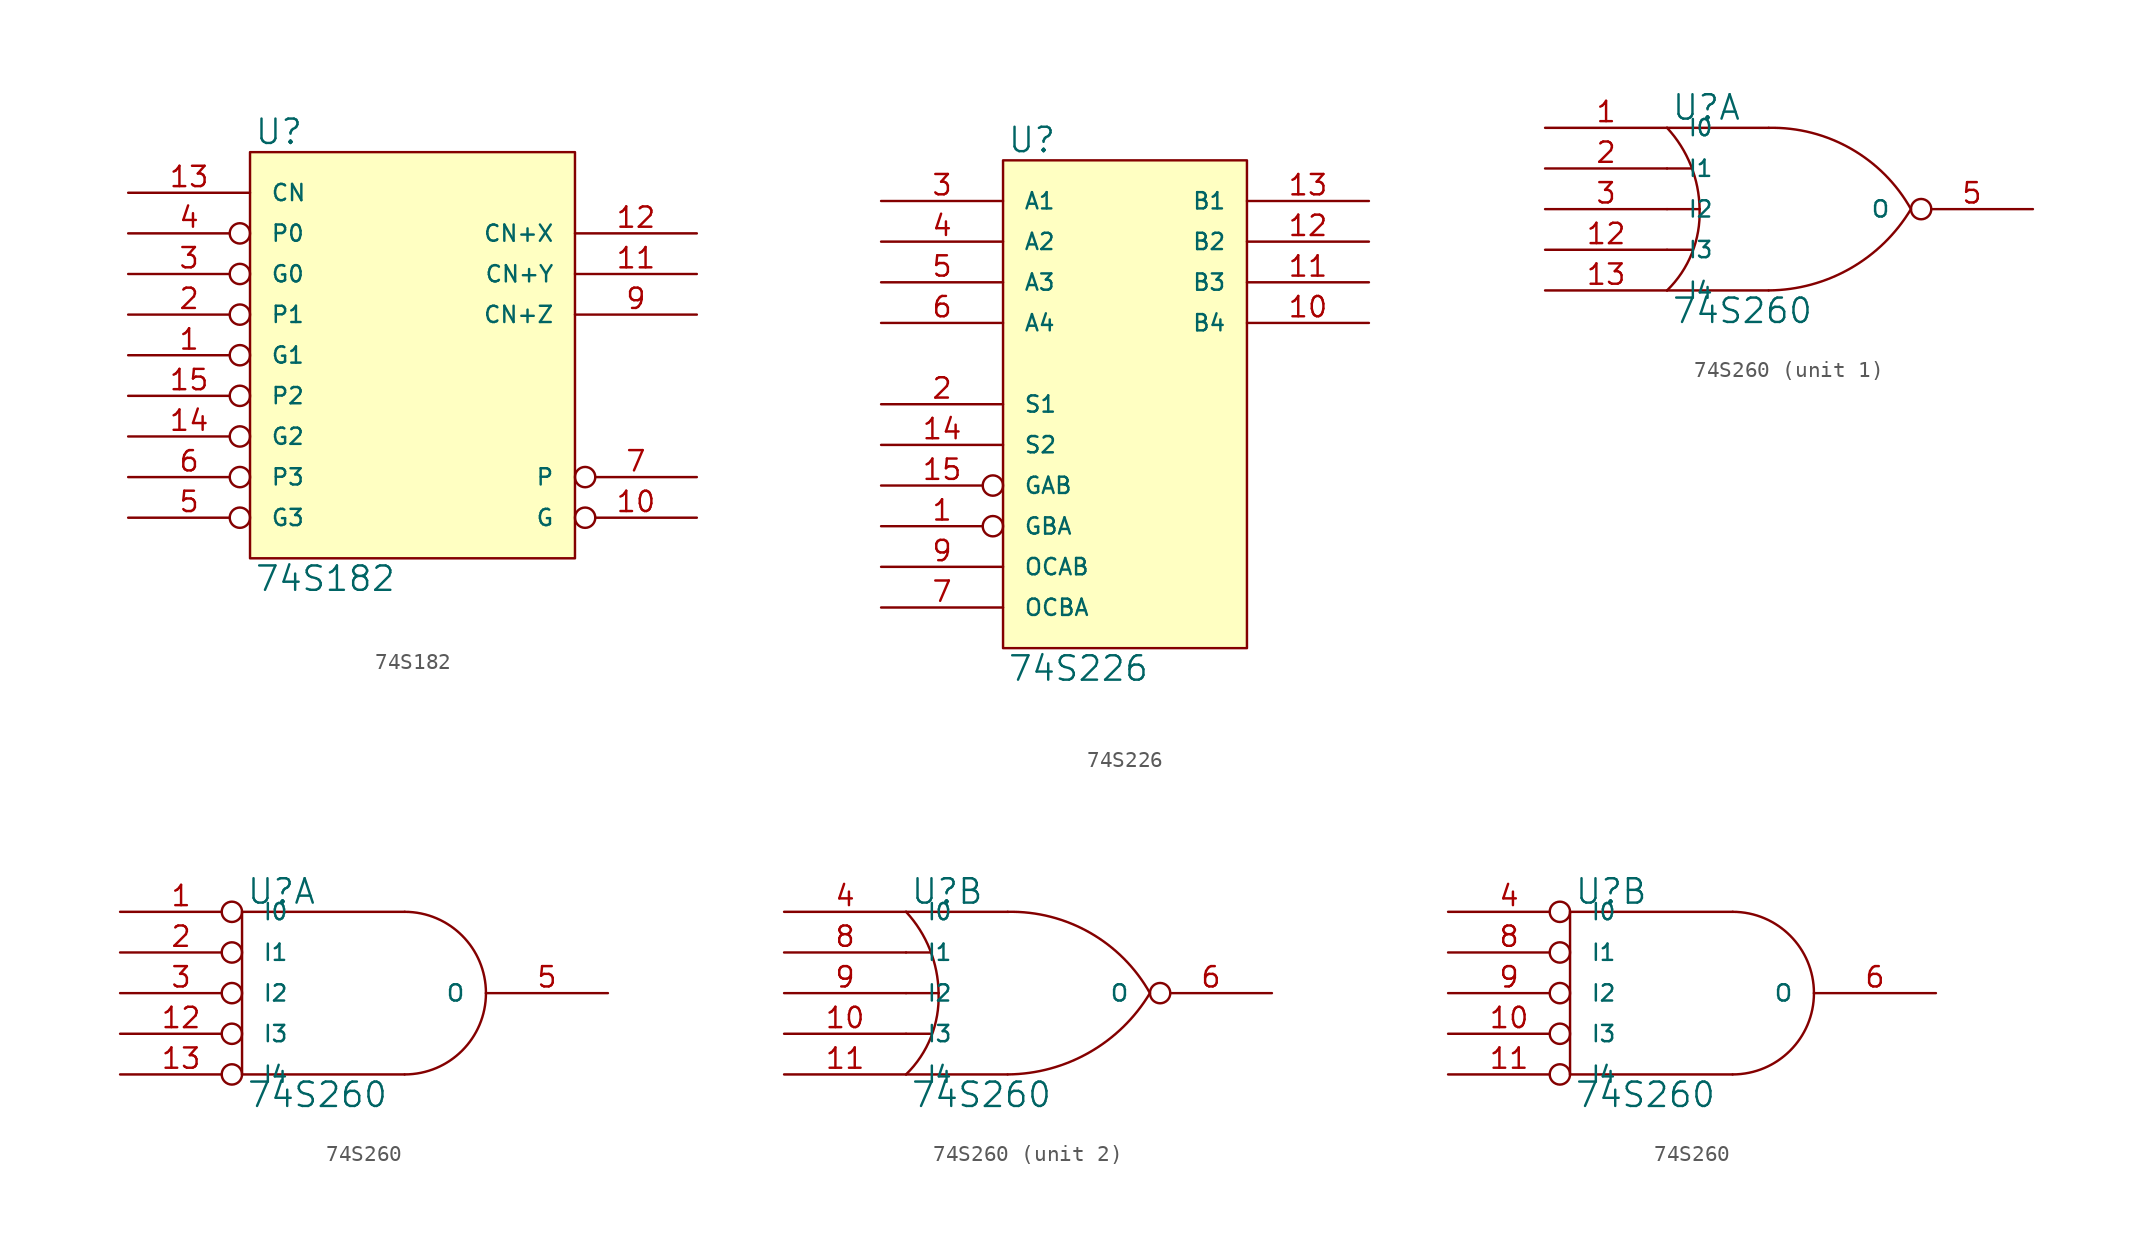
<source format=kicad_sym>
(kicad_symbol_lib
  (version 20231120)
  (generator "kicad_symbol_editor")
  (generator_version "8.0")
  (symbol "74S182"
    (pin_names
      (offset 1.27))
    (property "Reference" "U"
      (at 0.254 0.381 0)
      (effects (font (size 1.524 1.524)) (justify left bottom)))
    (property "Value" "74S182"
      (at 0.254 -25.781 0)
      (effects (font (size 1.524 1.524)) (justify left top)))
    (symbol "74S182_0_1"
      (rectangle (start 0 0) (end 20.32 -25.4) (stroke (width 0) (type solid)) (fill (type background))))
    (symbol "74S182_1_1"
      (pin input inverted (at -7.62 -12.7 0) (length 7.62) (name "G1" (effects (font (size 1.016 1.016)))) (number "1" (effects (font (size 1.27 1.27)))))
      (pin output inverted (at 27.94 -22.86 180) (length 7.62) (name "G" (effects (font (size 1.016 1.016)))) (number "10" (effects (font (size 1.27 1.27)))))
      (pin output line (at 27.94 -7.62 180) (length 7.62) (name "CN+Y" (effects (font (size 1.016 1.016)))) (number "11" (effects (font (size 1.27 1.27)))))
      (pin output line (at 27.94 -5.08 180) (length 7.62) (name "CN+X" (effects (font (size 1.016 1.016)))) (number "12" (effects (font (size 1.27 1.27)))))
      (pin input line (at -7.62 -2.54 0) (length 7.62) (name "CN" (effects (font (size 1.016 1.016)))) (number "13" (effects (font (size 1.27 1.27)))))
      (pin input inverted (at -7.62 -17.78 0) (length 7.62) (name "G2" (effects (font (size 1.016 1.016)))) (number "14" (effects (font (size 1.27 1.27)))))
      (pin input inverted (at -7.62 -15.24 0) (length 7.62) (name "P2" (effects (font (size 1.016 1.016)))) (number "15" (effects (font (size 1.27 1.27)))))
      (pin power_in line (at 0 0 270) (length 0) hide (name "VCC" (effects (font (size 1.016 1.016)))) (number "16" (effects (font (size 1.27 1.27)))))
      (pin input inverted (at -7.62 -10.16 0) (length 7.62) (name "P1" (effects (font (size 1.016 1.016)))) (number "2" (effects (font (size 1.27 1.27)))))
      (pin input inverted (at -7.62 -7.62 0) (length 7.62) (name "G0" (effects (font (size 1.016 1.016)))) (number "3" (effects (font (size 1.27 1.27)))))
      (pin input inverted (at -7.62 -5.08 0) (length 7.62) (name "P0" (effects (font (size 1.016 1.016)))) (number "4" (effects (font (size 1.27 1.27)))))
      (pin input inverted (at -7.62 -22.86 0) (length 7.62) (name "G3" (effects (font (size 1.016 1.016)))) (number "5" (effects (font (size 1.27 1.27)))))
      (pin input inverted (at -7.62 -20.32 0) (length 7.62) (name "P3" (effects (font (size 1.016 1.016)))) (number "6" (effects (font (size 1.27 1.27)))))
      (pin output inverted (at 27.94 -20.32 180) (length 7.62) (name "P" (effects (font (size 1.016 1.016)))) (number "7" (effects (font (size 1.27 1.27)))))
      (pin power_in line (at 0 -25.4 90) (length 0) hide (name "GND" (effects (font (size 1.016 1.016)))) (number "8" (effects (font (size 1.27 1.27)))))
      (pin output line (at 27.94 -10.16 180) (length 7.62) (name "CN+Z" (effects (font (size 1.016 1.016)))) (number "9" (effects (font (size 1.27 1.27)))))))
  (symbol "74S226"
    (pin_names
      (offset 1.27))
    (property "Reference" "U"
      (at 0.254 0.381 0)
      (effects (font (size 1.524 1.524)) (justify left bottom)))
    (property "Value" "74S226"
      (at 0.254 -30.861 0)
      (effects (font (size 1.524 1.524)) (justify left top)))
    (symbol "74S226_0_1"
      (rectangle (start 0 0) (end 15.24 -30.48) (stroke (width 0) (type solid)) (fill (type background))))
    (symbol "74S226_1_1"
      (pin input inverted (at -7.62 -22.86 0) (length 7.62) (name "GBA" (effects (font (size 1.016 1.016)))) (number "1" (effects (font (size 1.27 1.27)))))
      (pin tri_state line (at 22.86 -10.16 180) (length 7.62) (name "B4" (effects (font (size 1.016 1.016)))) (number "10" (effects (font (size 1.27 1.27)))))
      (pin tri_state line (at 22.86 -7.62 180) (length 7.62) (name "B3" (effects (font (size 1.016 1.016)))) (number "11" (effects (font (size 1.27 1.27)))))
      (pin tri_state line (at 22.86 -5.08 180) (length 7.62) (name "B2" (effects (font (size 1.016 1.016)))) (number "12" (effects (font (size 1.27 1.27)))))
      (pin tri_state line (at 22.86 -2.54 180) (length 7.62) (name "B1" (effects (font (size 1.016 1.016)))) (number "13" (effects (font (size 1.27 1.27)))))
      (pin input line (at -7.62 -17.78 0) (length 7.62) (name "S2" (effects (font (size 1.016 1.016)))) (number "14" (effects (font (size 1.27 1.27)))))
      (pin input inverted (at -7.62 -20.32 0) (length 7.62) (name "GAB" (effects (font (size 1.016 1.016)))) (number "15" (effects (font (size 1.27 1.27)))))
      (pin power_in line (at 0 0 270) (length 0) hide (name "VCC" (effects (font (size 1.016 1.016)))) (number "16" (effects (font (size 1.27 1.27)))))
      (pin input line (at -7.62 -15.24 0) (length 7.62) (name "S1" (effects (font (size 1.016 1.016)))) (number "2" (effects (font (size 1.27 1.27)))))
      (pin tri_state line (at -7.62 -2.54 0) (length 7.62) (name "A1" (effects (font (size 1.016 1.016)))) (number "3" (effects (font (size 1.27 1.27)))))
      (pin tri_state line (at -7.62 -5.08 0) (length 7.62) (name "A2" (effects (font (size 1.016 1.016)))) (number "4" (effects (font (size 1.27 1.27)))))
      (pin tri_state line (at -7.62 -7.62 0) (length 7.62) (name "A3" (effects (font (size 1.016 1.016)))) (number "5" (effects (font (size 1.27 1.27)))))
      (pin tri_state line (at -7.62 -10.16 0) (length 7.62) (name "A4" (effects (font (size 1.016 1.016)))) (number "6" (effects (font (size 1.27 1.27)))))
      (pin input line (at -7.62 -27.94 0) (length 7.62) (name "OCBA" (effects (font (size 1.016 1.016)))) (number "7" (effects (font (size 1.27 1.27)))))
      (pin power_in line (at 0 -30.48 90) (length 0) hide (name "GND" (effects (font (size 1.016 1.016)))) (number "8" (effects (font (size 1.27 1.27)))))
      (pin input line (at -7.62 -25.4 0) (length 7.62) (name "OCAB" (effects (font (size 1.016 1.016)))) (number "9" (effects (font (size 1.27 1.27)))))))
  (symbol "74S260"
    (pin_names
      (offset 1.27))
    (property "Reference" "U"
      (at 0.254 0.381 0)
      (effects (font (size 1.524 1.524)) (justify left bottom)))
    (property "Value" "74S260"
      (at 0.254 -10.541 0)
      (effects (font (size 1.524 1.524)) (justify left top)))
    (symbol "74S260_0_1"
      (arc (start 0 -10.16) (mid 1.5573 -7.8293) (end 2.032 -5.08) (stroke (width 0) (type solid)) (fill (type none)))
      (polyline (pts (xy 0 -7.62) (xy 1.524 -7.62)) (stroke (width 0) (type solid)) (fill (type none)))
      (polyline (pts (xy 0 -5.08) (xy 2.032 -5.08)) (stroke (width 0) (type solid)) (fill (type none)))
      (polyline (pts (xy 0 -2.54) (xy 1.524 -2.54)) (stroke (width 0) (type solid)) (fill (type none)))
      (polyline (pts (xy 6.35 -10.16) (xy 0 -10.16)) (stroke (width 0) (type solid)) (fill (type none)))
      (polyline (pts (xy 6.35 0) (xy 0 0)) (stroke (width 0) (type solid)) (fill (type none)))
      (arc (start 2.032 -5.08) (mid 1.4906 -2.3584) (end 0 0) (stroke (width 0) (type solid)) (fill (type none)))
      (arc (start 6.35 -10.16) (mid 11.4496 -8.7875) (end 15.24 -5.08) (stroke (width 0) (type solid)) (fill (type none)))
      (arc (start 15.24 -5.08) (mid 11.4893 -1.3041) (end 6.35 0) (stroke (width 0) (type solid)) (fill (type none))))
    (symbol "74S260_0_2"
      (polyline (pts (xy 0 -10.16) (xy 10.16 -10.16)) (stroke (width 0) (type solid)) (fill (type none)))
      (polyline (pts (xy 0 0) (xy 0 -10.16)) (stroke (width 0) (type solid)) (fill (type none)))
      (polyline (pts (xy 10.16 0) (xy 0 0)) (stroke (width 0) (type solid)) (fill (type none)))
      (arc (start 10.16 -10.16) (mid 13.7521 -8.6721) (end 15.24 -5.08) (stroke (width 0) (type solid)) (fill (type none)))
      (arc (start 15.24 -5.08) (mid 13.7521 -1.4879) (end 10.16 0) (stroke (width 0) (type solid)) (fill (type none))))
    (symbol "74S260_1_1"
      (pin input line (at -7.62 0 0) (length 7.62) (name "I0" (effects (font (size 1.016 1.016)))) (number "1" (effects (font (size 1.27 1.27)))))
      (pin input line (at -7.62 -7.62 0) (length 7.62) (name "I3" (effects (font (size 1.016 1.016)))) (number "12" (effects (font (size 1.27 1.27)))))
      (pin input line (at -7.62 -10.16 0) (length 7.62) (name "I4" (effects (font (size 1.016 1.016)))) (number "13" (effects (font (size 1.27 1.27)))))
      (pin power_in line (at 0 0 270) (length 0) hide (name "VCC" (effects (font (size 1.016 1.016)))) (number "14" (effects (font (size 1.27 1.27)))))
      (pin input line (at -7.62 -2.54 0) (length 7.62) (name "I1" (effects (font (size 1.016 1.016)))) (number "2" (effects (font (size 1.27 1.27)))))
      (pin input line (at -7.62 -5.08 0) (length 7.62) (name "I2" (effects (font (size 1.016 1.016)))) (number "3" (effects (font (size 1.27 1.27)))))
      (pin output inverted (at 22.86 -5.08 180) (length 7.62) (name "O" (effects (font (size 1.016 1.016)))) (number "5" (effects (font (size 1.27 1.27)))))
      (pin power_in line (at 0 -10.16 90) (length 0) hide (name "GND" (effects (font (size 1.016 1.016)))) (number "7" (effects (font (size 1.27 1.27))))))
    (symbol "74S260_1_2"
      (pin input inverted (at -7.62 0 0) (length 7.62) (name "I0" (effects (font (size 1.016 1.016)))) (number "1" (effects (font (size 1.27 1.27)))))
      (pin input inverted (at -7.62 -7.62 0) (length 7.62) (name "I3" (effects (font (size 1.016 1.016)))) (number "12" (effects (font (size 1.27 1.27)))))
      (pin input inverted (at -7.62 -10.16 0) (length 7.62) (name "I4" (effects (font (size 1.016 1.016)))) (number "13" (effects (font (size 1.27 1.27)))))
      (pin power_in line (at 0 0 270) (length 0) hide (name "VCC" (effects (font (size 1.016 1.016)))) (number "14" (effects (font (size 1.27 1.27)))))
      (pin input inverted (at -7.62 -2.54 0) (length 7.62) (name "I1" (effects (font (size 1.016 1.016)))) (number "2" (effects (font (size 1.27 1.27)))))
      (pin input inverted (at -7.62 -5.08 0) (length 7.62) (name "I2" (effects (font (size 1.016 1.016)))) (number "3" (effects (font (size 1.27 1.27)))))
      (pin output line (at 22.86 -5.08 180) (length 7.62) (name "O" (effects (font (size 1.016 1.016)))) (number "5" (effects (font (size 1.27 1.27)))))
      (pin power_in line (at 0 -10.16 90) (length 0) hide (name "GND" (effects (font (size 1.016 1.016)))) (number "7" (effects (font (size 1.27 1.27))))))
    (symbol "74S260_2_1"
      (pin input line (at -7.62 -7.62 0) (length 7.62) (name "I3" (effects (font (size 1.016 1.016)))) (number "10" (effects (font (size 1.27 1.27)))))
      (pin input line (at -7.62 -10.16 0) (length 7.62) (name "I4" (effects (font (size 1.016 1.016)))) (number "11" (effects (font (size 1.27 1.27)))))
      (pin power_in line (at 0 0 270) (length 0) hide (name "VCC" (effects (font (size 1.016 1.016)))) (number "14" (effects (font (size 1.27 1.27)))))
      (pin input line (at -7.62 0 0) (length 7.62) (name "I0" (effects (font (size 1.016 1.016)))) (number "4" (effects (font (size 1.27 1.27)))))
      (pin output inverted (at 22.86 -5.08 180) (length 7.62) (name "O" (effects (font (size 1.016 1.016)))) (number "6" (effects (font (size 1.27 1.27)))))
      (pin power_in line (at 0 -10.16 90) (length 0) hide (name "GND" (effects (font (size 1.016 1.016)))) (number "7" (effects (font (size 1.27 1.27)))))
      (pin input line (at -7.62 -2.54 0) (length 7.62) (name "I1" (effects (font (size 1.016 1.016)))) (number "8" (effects (font (size 1.27 1.27)))))
      (pin input line (at -7.62 -5.08 0) (length 7.62) (name "I2" (effects (font (size 1.016 1.016)))) (number "9" (effects (font (size 1.27 1.27))))))
    (symbol "74S260_2_2"
      (pin input inverted (at -7.62 -7.62 0) (length 7.62) (name "I3" (effects (font (size 1.016 1.016)))) (number "10" (effects (font (size 1.27 1.27)))))
      (pin input inverted (at -7.62 -10.16 0) (length 7.62) (name "I4" (effects (font (size 1.016 1.016)))) (number "11" (effects (font (size 1.27 1.27)))))
      (pin power_in line (at 0 0 270) (length 0) hide (name "VCC" (effects (font (size 1.016 1.016)))) (number "14" (effects (font (size 1.27 1.27)))))
      (pin input inverted (at -7.62 0 0) (length 7.62) (name "I0" (effects (font (size 1.016 1.016)))) (number "4" (effects (font (size 1.27 1.27)))))
      (pin output line (at 22.86 -5.08 180) (length 7.62) (name "O" (effects (font (size 1.016 1.016)))) (number "6" (effects (font (size 1.27 1.27)))))
      (pin power_in line (at 0 -10.16 90) (length 0) hide (name "GND" (effects (font (size 1.016 1.016)))) (number "7" (effects (font (size 1.27 1.27)))))
      (pin input inverted (at -7.62 -2.54 0) (length 7.62) (name "I1" (effects (font (size 1.016 1.016)))) (number "8" (effects (font (size 1.27 1.27)))))
      (pin input inverted (at -7.62 -5.08 0) (length 7.62) (name "I2" (effects (font (size 1.016 1.016)))) (number "9" (effects (font (size 1.27 1.27))))))))
</source>
